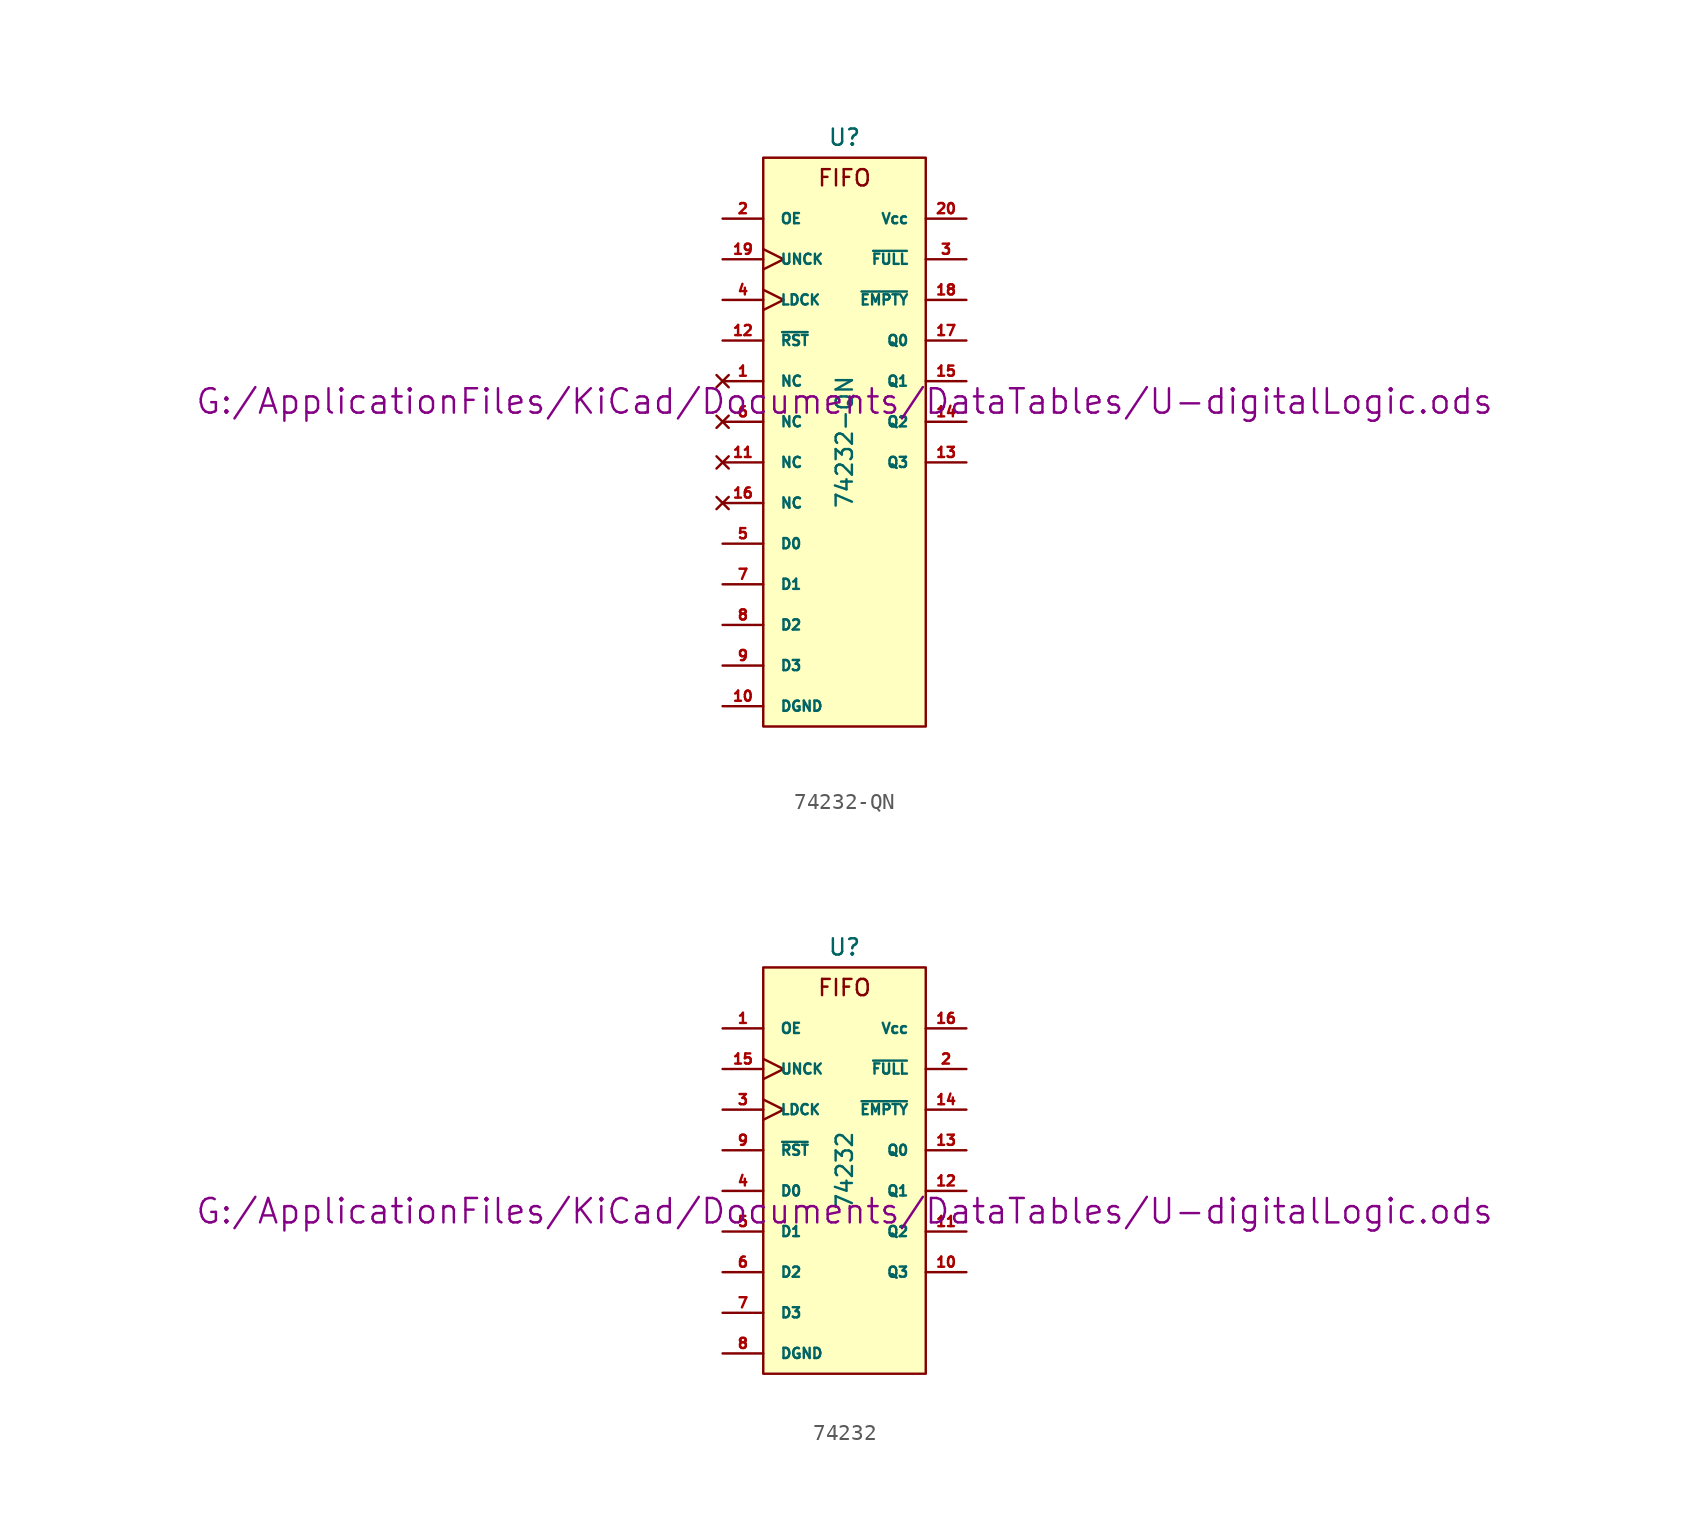
<source format=kicad_sym>
(kicad_symbol_lib
  (version 20211014)
  (generator kicad_symbol_editor)
  (symbol "74232-QN"
    (pin_names
      (offset 1.016))
    (property "Reference" "U"
      (at 0 19.05 0)
      (effects (font (size 1.016 1.016))))
    (property "Value" "74232-QN"
      (at 0 0 90)
      (effects (font (size 1.016 1.016))))
    (property "Footprint" ""
      (at 0 2.54 0)
      (effects (font (size 1.524 1.524))))
    (property "Datasheet" "G:/ApplicationFiles/KiCad/Documents/DataTables/U-digitalLogic.ods"
      (at 0 2.54 0)
      (effects (font (size 1.524 1.524))))
    (symbol "74232-QN_0_0"
      (text "FIFO" (at 0 16.51 0) (effects (font (size 1.016 1.016)))))
    (symbol "74232-QN_0_1"
      (rectangle (start -5.08 17.78) (end 5.08 -17.78) (stroke (width 0) (type default) (color 0 0 0 0)) (fill (type background))))
    (symbol "74232-QN_1_1"
      (pin no_connect line (at -7.62 3.81 0) (length 2.54) (name "NC" (effects (font (size 0.635 0.635)))) (number "1" (effects (font (size 0.635 0.635)))))
      (pin power_in line (at -7.62 -16.51 0) (length 2.54) (name "DGND" (effects (font (size 0.635 0.635)))) (number "10" (effects (font (size 0.635 0.635)))))
      (pin no_connect line (at -7.62 -1.27 0) (length 2.54) (name "NC" (effects (font (size 0.635 0.635)))) (number "11" (effects (font (size 0.635 0.635)))))
      (pin input line (at -7.62 6.35 0) (length 2.54) (name "~{RST}" (effects (font (size 0.635 0.635)))) (number "12" (effects (font (size 0.635 0.635)))))
      (pin tri_state line (at 7.62 -1.27 180) (length 2.54) (name "Q3" (effects (font (size 0.635 0.635)))) (number "13" (effects (font (size 0.635 0.635)))))
      (pin tri_state line (at 7.62 1.27 180) (length 2.54) (name "Q2" (effects (font (size 0.635 0.635)))) (number "14" (effects (font (size 0.635 0.635)))))
      (pin tri_state line (at 7.62 3.81 180) (length 2.54) (name "Q1" (effects (font (size 0.635 0.635)))) (number "15" (effects (font (size 0.635 0.635)))))
      (pin no_connect line (at -7.62 -3.81 0) (length 2.54) (name "NC" (effects (font (size 0.635 0.635)))) (number "16" (effects (font (size 0.635 0.635)))))
      (pin tri_state line (at 7.62 6.35 180) (length 2.54) (name "Q0" (effects (font (size 0.635 0.635)))) (number "17" (effects (font (size 0.635 0.635)))))
      (pin output line (at 7.62 8.89 180) (length 2.54) (name "~{EMPTY}" (effects (font (size 0.635 0.635)))) (number "18" (effects (font (size 0.635 0.635)))))
      (pin input clock (at -7.62 11.43 0) (length 2.54) (name "UNCK" (effects (font (size 0.635 0.635)))) (number "19" (effects (font (size 0.635 0.635)))))
      (pin input line (at -7.62 13.97 0) (length 2.54) (name "OE" (effects (font (size 0.635 0.635)))) (number "2" (effects (font (size 0.635 0.635)))))
      (pin power_in line (at 7.62 13.97 180) (length 2.54) (name "Vcc" (effects (font (size 0.635 0.635)))) (number "20" (effects (font (size 0.635 0.635)))))
      (pin output line (at 7.62 11.43 180) (length 2.54) (name "~{FULL}" (effects (font (size 0.635 0.635)))) (number "3" (effects (font (size 0.635 0.635)))))
      (pin input clock (at -7.62 8.89 0) (length 2.54) (name "LDCK" (effects (font (size 0.635 0.635)))) (number "4" (effects (font (size 0.635 0.635)))))
      (pin input line (at -7.62 -6.35 0) (length 2.54) (name "D0" (effects (font (size 0.635 0.635)))) (number "5" (effects (font (size 0.635 0.635)))))
      (pin no_connect line (at -7.62 1.27 0) (length 2.54) (name "NC" (effects (font (size 0.635 0.635)))) (number "6" (effects (font (size 0.635 0.635)))))
      (pin input line (at -7.62 -8.89 0) (length 2.54) (name "D1" (effects (font (size 0.635 0.635)))) (number "7" (effects (font (size 0.635 0.635)))))
      (pin input line (at -7.62 -11.43 0) (length 2.54) (name "D2" (effects (font (size 0.635 0.635)))) (number "8" (effects (font (size 0.635 0.635)))))
      (pin input line (at -7.62 -13.97 0) (length 2.54) (name "D3" (effects (font (size 0.635 0.635)))) (number "9" (effects (font (size 0.635 0.635)))))))
  (symbol "74232"
    (pin_names
      (offset 1.016))
    (property "Reference" "U"
      (at 0 13.97 0)
      (effects (font (size 1.016 1.016))))
    (property "Value" "74232"
      (at 0 0 90)
      (effects (font (size 1.016 1.016))))
    (property "Footprint" ""
      (at 0 -2.54 0)
      (effects (font (size 1.524 1.524))))
    (property "Datasheet" "G:/ApplicationFiles/KiCad/Documents/DataTables/U-digitalLogic.ods"
      (at 0 -2.54 0)
      (effects (font (size 1.524 1.524))))
    (symbol "74232_0_0"
      (text "FIFO" (at 0 11.43 0) (effects (font (size 1.016 1.016)))))
    (symbol "74232_0_1"
      (rectangle (start -5.08 12.7) (end 5.08 -12.7) (stroke (width 0) (type default) (color 0 0 0 0)) (fill (type background))))
    (symbol "74232_1_1"
      (pin input line (at -7.62 8.89 0) (length 2.54) (name "OE" (effects (font (size 0.635 0.635)))) (number "1" (effects (font (size 0.635 0.635)))))
      (pin tri_state line (at 7.62 -6.35 180) (length 2.54) (name "Q3" (effects (font (size 0.635 0.635)))) (number "10" (effects (font (size 0.635 0.635)))))
      (pin tri_state line (at 7.62 -3.81 180) (length 2.54) (name "Q2" (effects (font (size 0.635 0.635)))) (number "11" (effects (font (size 0.635 0.635)))))
      (pin tri_state line (at 7.62 -1.27 180) (length 2.54) (name "Q1" (effects (font (size 0.635 0.635)))) (number "12" (effects (font (size 0.635 0.635)))))
      (pin tri_state line (at 7.62 1.27 180) (length 2.54) (name "Q0" (effects (font (size 0.635 0.635)))) (number "13" (effects (font (size 0.635 0.635)))))
      (pin output line (at 7.62 3.81 180) (length 2.54) (name "~{EMPTY}" (effects (font (size 0.635 0.635)))) (number "14" (effects (font (size 0.635 0.635)))))
      (pin input clock (at -7.62 6.35 0) (length 2.54) (name "UNCK" (effects (font (size 0.635 0.635)))) (number "15" (effects (font (size 0.635 0.635)))))
      (pin power_in line (at 7.62 8.89 180) (length 2.54) (name "Vcc" (effects (font (size 0.635 0.635)))) (number "16" (effects (font (size 0.635 0.635)))))
      (pin output line (at 7.62 6.35 180) (length 2.54) (name "~{FULL}" (effects (font (size 0.635 0.635)))) (number "2" (effects (font (size 0.635 0.635)))))
      (pin input clock (at -7.62 3.81 0) (length 2.54) (name "LDCK" (effects (font (size 0.635 0.635)))) (number "3" (effects (font (size 0.635 0.635)))))
      (pin input line (at -7.62 -1.27 0) (length 2.54) (name "D0" (effects (font (size 0.635 0.635)))) (number "4" (effects (font (size 0.635 0.635)))))
      (pin input line (at -7.62 -3.81 0) (length 2.54) (name "D1" (effects (font (size 0.635 0.635)))) (number "5" (effects (font (size 0.635 0.635)))))
      (pin input line (at -7.62 -6.35 0) (length 2.54) (name "D2" (effects (font (size 0.635 0.635)))) (number "6" (effects (font (size 0.635 0.635)))))
      (pin input line (at -7.62 -8.89 0) (length 2.54) (name "D3" (effects (font (size 0.635 0.635)))) (number "7" (effects (font (size 0.635 0.635)))))
      (pin power_in line (at -7.62 -11.43 0) (length 2.54) (name "DGND" (effects (font (size 0.635 0.635)))) (number "8" (effects (font (size 0.635 0.635)))))
      (pin input line (at -7.62 1.27 0) (length 2.54) (name "~{RST}" (effects (font (size 0.635 0.635)))) (number "9" (effects (font (size 0.635 0.635))))))))
</source>
